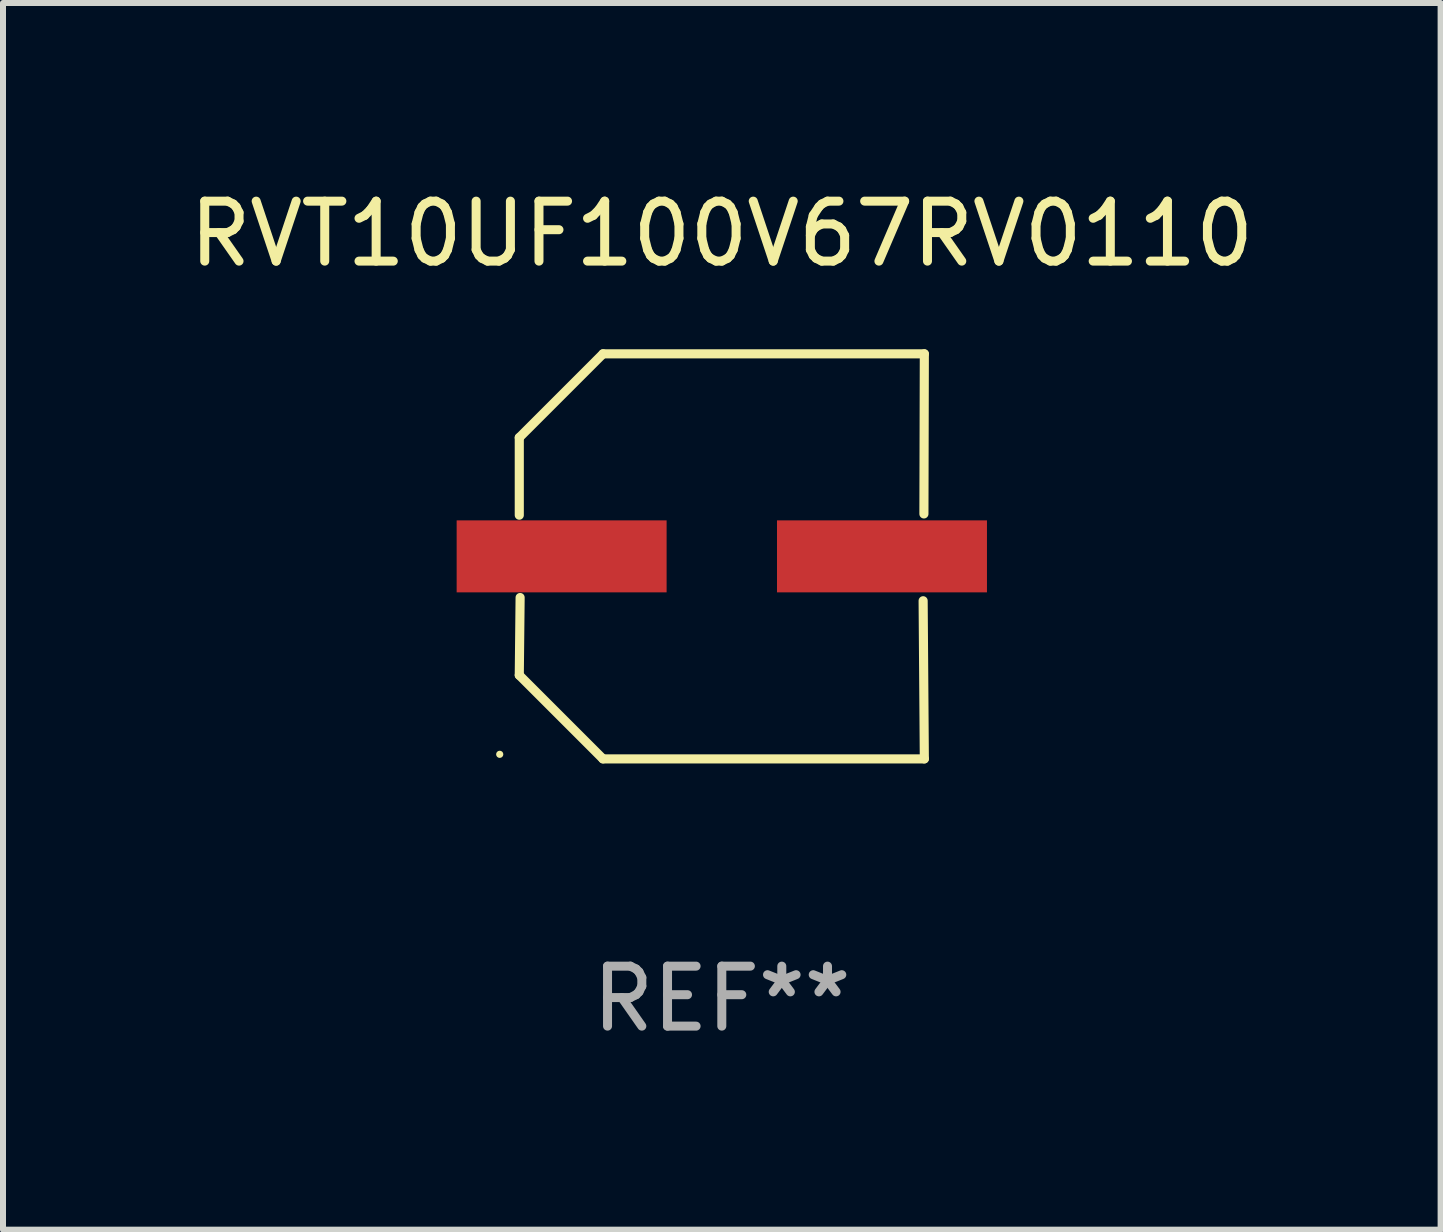
<source format=kicad_pcb>
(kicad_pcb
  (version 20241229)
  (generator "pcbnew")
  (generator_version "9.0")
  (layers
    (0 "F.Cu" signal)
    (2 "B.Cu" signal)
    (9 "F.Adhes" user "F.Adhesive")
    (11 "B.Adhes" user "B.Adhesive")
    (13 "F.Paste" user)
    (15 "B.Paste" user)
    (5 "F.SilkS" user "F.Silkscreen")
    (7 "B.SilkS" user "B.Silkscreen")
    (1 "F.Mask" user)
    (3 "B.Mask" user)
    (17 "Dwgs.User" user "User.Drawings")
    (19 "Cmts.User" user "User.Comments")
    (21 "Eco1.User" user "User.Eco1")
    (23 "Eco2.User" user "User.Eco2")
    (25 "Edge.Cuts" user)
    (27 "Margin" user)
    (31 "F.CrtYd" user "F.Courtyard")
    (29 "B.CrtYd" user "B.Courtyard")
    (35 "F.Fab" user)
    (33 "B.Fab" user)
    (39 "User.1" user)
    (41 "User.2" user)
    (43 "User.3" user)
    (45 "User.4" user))
  (footprint "RVT10UF100V67RV0110"
    (layer "F.Cu")
    (at 8.982 6.224)
    (property "Reference" "RVT10UF100V67RV0110" (at 0 -5.376 0) (layer "F.SilkS") (effects (font (size 1 1) (thickness 0.15))))
    (attr through_hole)
    (fp_line (start -3.376 -1.98) (end -3.376 -0.686) (stroke (width 0.152) (type solid)) (layer "F.SilkS"))
    (fp_line (start -3.376 1.981) (end -3.362 0.686) (stroke (width 0.152) (type solid)) (layer "F.SilkS"))
    (fp_line (start -1.981 3.376) (end -3.376 1.981) (stroke (width 0.152) (type solid)) (layer "F.SilkS"))
    (fp_line (start -1.98 -3.376) (end -3.376 -1.98) (stroke (width 0.152) (type solid)) (layer "F.SilkS"))
    (fp_line (start 3.356 0.74) (end 3.376 3.376) (stroke (width 0.152) (type solid)) (layer "F.SilkS"))
    (fp_line (start 3.369 -0.707) (end 3.376 -3.376) (stroke (width 0.152) (type solid)) (layer "F.SilkS"))
    (fp_line (start 3.376 3.376) (end -1.981 3.376) (stroke (width 0.152) (type solid)) (layer "F.SilkS"))
    (fp_line (start 3.376 -3.376) (end -1.98 -3.376) (stroke (width 0.152) (type solid)) (layer "F.SilkS"))
    (fp_circle (center -3.702 3.3) (end -3.672 3.3) (stroke (width 0.06) (type solid)) (fill no) (layer "F.SilkS"))
    (fp_text user "REF**" (at 0 7.376 0) (layer "F.Fab") (effects (font (size 1 1) (thickness 0.15))))
    (pad "1" smd rect (at -2.67 0.000203) (size 3.5 1.2) (layers "F.Cu" "F.Mask" "F.Paste"))
    (pad "2" smd rect (at 2.67 0.000203) (size 3.5 1.2) (layers "F.Cu" "F.Mask" "F.Paste")))
  (gr_rect
    (start -3 -3)
    (end 20.964 17.448)
    (stroke (width 0.1) (type default))
    (fill no)
    (layer "Edge.Cuts")))
</source>
